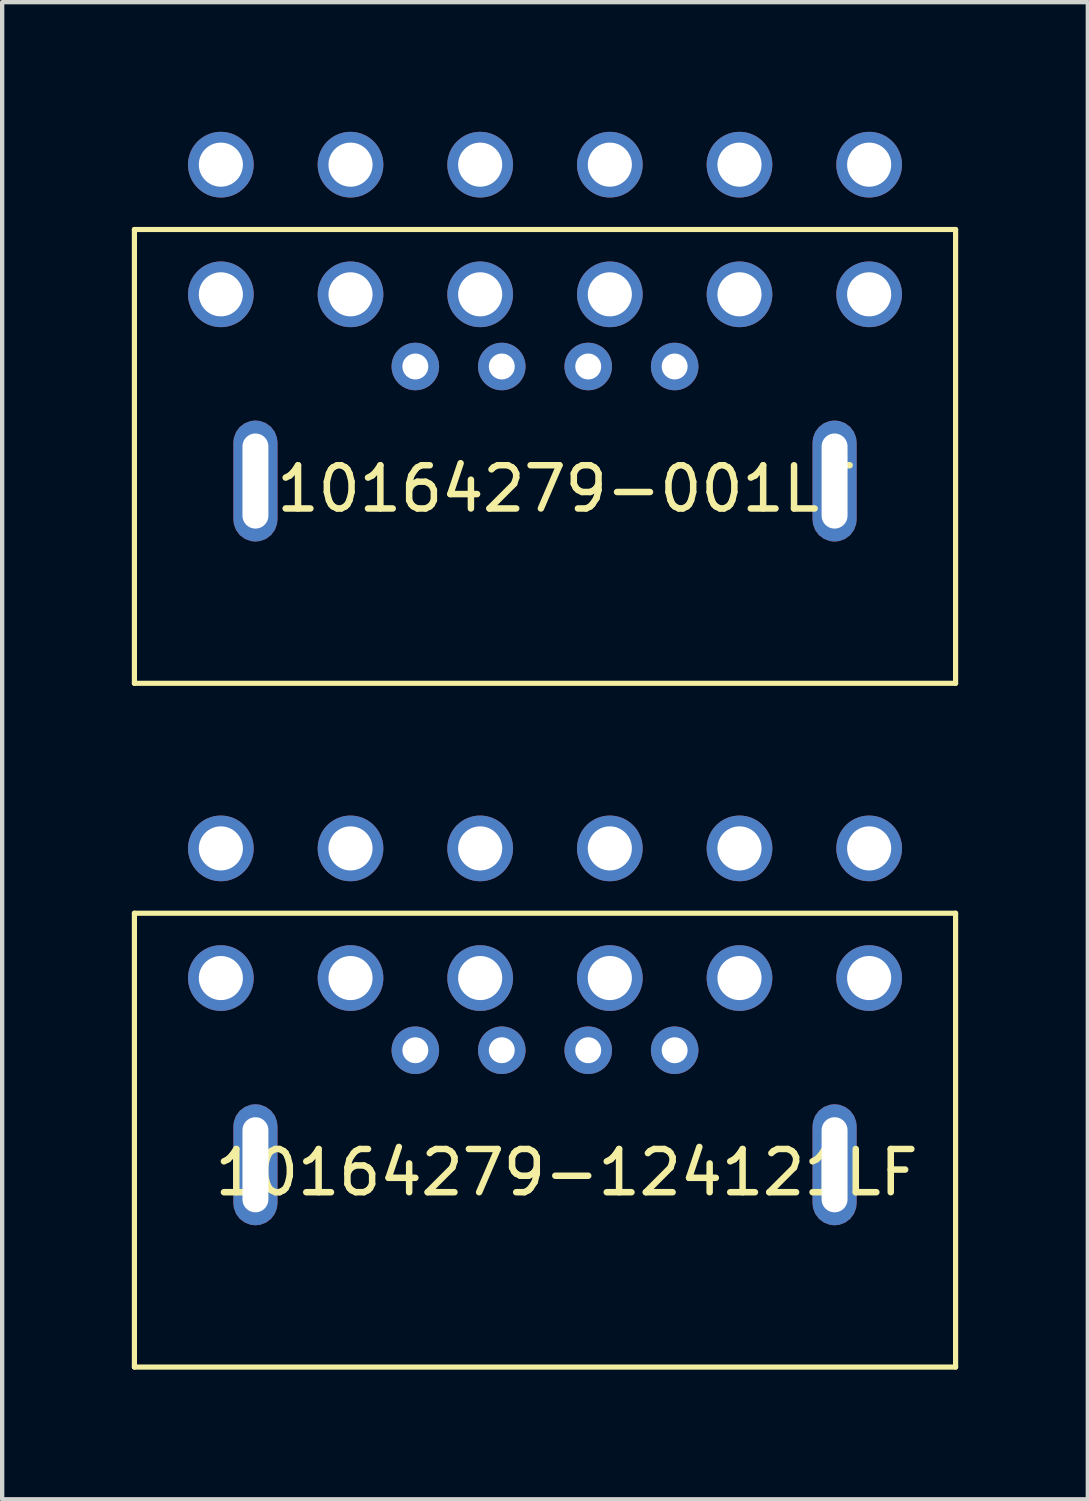
<source format=kicad_pcb>
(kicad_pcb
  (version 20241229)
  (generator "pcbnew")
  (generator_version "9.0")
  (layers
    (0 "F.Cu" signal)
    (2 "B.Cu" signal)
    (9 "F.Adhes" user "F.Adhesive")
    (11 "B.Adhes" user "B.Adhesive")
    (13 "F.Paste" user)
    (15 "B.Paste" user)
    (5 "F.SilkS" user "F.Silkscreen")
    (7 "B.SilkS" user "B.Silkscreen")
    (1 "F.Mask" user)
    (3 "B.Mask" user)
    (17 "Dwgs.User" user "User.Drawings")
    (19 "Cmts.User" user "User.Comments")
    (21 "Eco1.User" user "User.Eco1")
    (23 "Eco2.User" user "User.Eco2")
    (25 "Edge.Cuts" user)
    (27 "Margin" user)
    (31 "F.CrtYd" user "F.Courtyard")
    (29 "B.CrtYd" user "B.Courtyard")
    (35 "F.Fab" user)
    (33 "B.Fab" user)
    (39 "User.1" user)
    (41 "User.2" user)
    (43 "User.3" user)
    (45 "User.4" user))
  (footprint "10164279-001LF"
    (layer "F.Cu")
    (at 17.06 3.76)
    (property "Reference" "10164279-001LF" (at -7 4.5 0) (layer "F.SilkS") (effects (font (size 1 1) (thickness 0.15))))
    (attr through_hole)
    (fp_line (start -17 -1.5) (end 2 -1.5) (stroke (width 0.12) (type solid)) (layer "F.SilkS"))
    (fp_line (start -17 9) (end -17 -1.5) (stroke (width 0.12) (type solid)) (layer "F.SilkS"))
    (fp_line (start 2 -1.5) (end 2 9) (stroke (width 0.12) (type solid)) (layer "F.SilkS"))
    (fp_line (start 2 9) (end -17 9) (stroke (width 0.12) (type solid)) (layer "F.SilkS"))
    (pad "1" thru_hole circle (at 0 0) (size 1.52 1.52) (drill 1.02) (layers "*.Cu" "*.Mask"))
    (pad "2" thru_hole circle (at -3 0) (size 1.52 1.52) (drill 1.02) (layers "*.Cu" "*.Mask"))
    (pad "3" thru_hole circle (at -6 0) (size 1.52 1.52) (drill 1.02) (layers "*.Cu" "*.Mask"))
    (pad "4" thru_hole circle (at -9 0) (size 1.52 1.52) (drill 1.02) (layers "*.Cu" "*.Mask"))
    (pad "5" thru_hole circle (at -12 0) (size 1.52 1.52) (drill 1.02) (layers "*.Cu" "*.Mask"))
    (pad "6" thru_hole circle (at -15 0) (size 1.52 1.52) (drill 1.02) (layers "*.Cu" "*.Mask"))
    (pad "7" thru_hole circle (at 0 -3) (size 1.52 1.52) (drill 1.02) (layers "*.Cu" "*.Mask"))
    (pad "8" thru_hole circle (at -3 -3) (size 1.52 1.52) (drill 1.02) (layers "*.Cu" "*.Mask"))
    (pad "9" thru_hole circle (at -6 -3) (size 1.52 1.52) (drill 1.02) (layers "*.Cu" "*.Mask"))
    (pad "10" thru_hole circle (at -9 -3) (size 1.52 1.52) (drill 1.02) (layers "*.Cu" "*.Mask"))
    (pad "11" thru_hole circle (at -12 -3) (size 1.52 1.52) (drill 1.02) (layers "*.Cu" "*.Mask"))
    (pad "12" thru_hole circle (at -15 -3) (size 1.52 1.52) (drill 1.02) (layers "*.Cu" "*.Mask"))
    (pad "M1" thru_hole roundrect (at -0.8 4.32) (size 1.02 2.8) (drill oval 0.6 2.2) (property pad_prop_mechanical) (layers "*.Cu" "*.Mask") (roundrect_rratio 0.5))
    (pad "M2" thru_hole roundrect (at -14.2 4.32) (size 1.02 2.8) (drill oval 0.6 2.2) (property pad_prop_mechanical) (layers "*.Cu" "*.Mask") (roundrect_rratio 0.5))
    (pad "S1" thru_hole circle (at -4.5 1.67) (size 1.1 1.1) (drill 0.6) (layers "*.Cu" "*.Mask"))
    (pad "S2" thru_hole circle (at -6.5 1.67) (size 1.1 1.1) (drill 0.6) (layers "*.Cu" "*.Mask"))
    (pad "S3" thru_hole circle (at -8.5 1.67) (size 1.1 1.1) (drill 0.6) (layers "*.Cu" "*.Mask"))
    (pad "S4" thru_hole circle (at -10.5 1.67) (size 1.1 1.1) (drill 0.6) (layers "*.Cu" "*.Mask")))
  (footprint "10164279-124121LF"
    (layer "F.Cu")
    (at 17.06 19.58)
    (property "Reference" "10164279-124121LF" (at -7 4.5 0) (layer "F.SilkS") (effects (font (size 1 1) (thickness 0.15))))
    (attr through_hole)
    (fp_line (start -17 -1.5) (end 2 -1.5) (stroke (width 0.12) (type solid)) (layer "F.SilkS"))
    (fp_line (start -17 9) (end -17 -1.5) (stroke (width 0.12) (type solid)) (layer "F.SilkS"))
    (fp_line (start 2 -1.5) (end 2 9) (stroke (width 0.12) (type solid)) (layer "F.SilkS"))
    (fp_line (start 2 9) (end -17 9) (stroke (width 0.12) (type solid)) (layer "F.SilkS"))
    (pad "1" thru_hole circle (at 0 0) (size 1.52 1.52) (drill 1.02) (layers "*.Cu" "*.Mask"))
    (pad "2" thru_hole circle (at -3 0) (size 1.52 1.52) (drill 1.02) (layers "*.Cu" "*.Mask"))
    (pad "3" thru_hole circle (at -6 0) (size 1.52 1.52) (drill 1.02) (layers "*.Cu" "*.Mask"))
    (pad "4" thru_hole circle (at -9 0) (size 1.52 1.52) (drill 1.02) (layers "*.Cu" "*.Mask"))
    (pad "5" thru_hole circle (at -12 0) (size 1.52 1.52) (drill 1.02) (layers "*.Cu" "*.Mask"))
    (pad "6" thru_hole circle (at -15 0) (size 1.52 1.52) (drill 1.02) (layers "*.Cu" "*.Mask"))
    (pad "7" thru_hole circle (at 0 -3) (size 1.52 1.52) (drill 1.02) (layers "*.Cu" "*.Mask"))
    (pad "8" thru_hole circle (at -3 -3) (size 1.52 1.52) (drill 1.02) (layers "*.Cu" "*.Mask"))
    (pad "9" thru_hole circle (at -6 -3) (size 1.52 1.52) (drill 1.02) (layers "*.Cu" "*.Mask"))
    (pad "10" thru_hole circle (at -9 -3) (size 1.52 1.52) (drill 1.02) (layers "*.Cu" "*.Mask"))
    (pad "11" thru_hole circle (at -12 -3) (size 1.52 1.52) (drill 1.02) (layers "*.Cu" "*.Mask"))
    (pad "12" thru_hole circle (at -15 -3) (size 1.52 1.52) (drill 1.02) (layers "*.Cu" "*.Mask"))
    (pad "M1" thru_hole roundrect (at -0.8 4.32) (size 1.02 2.8) (drill oval 0.6 2.2) (property pad_prop_mechanical) (layers "*.Cu" "*.Mask") (roundrect_rratio 0.5))
    (pad "M2" thru_hole roundrect (at -14.2 4.32) (size 1.02 2.8) (drill oval 0.6 2.2) (property pad_prop_mechanical) (layers "*.Cu" "*.Mask") (roundrect_rratio 0.5))
    (pad "S1" thru_hole circle (at -4.5 1.67) (size 1.1 1.1) (drill 0.6) (layers "*.Cu" "*.Mask"))
    (pad "S2" thru_hole circle (at -6.5 1.67) (size 1.1 1.1) (drill 0.6) (layers "*.Cu" "*.Mask"))
    (pad "S3" thru_hole circle (at -8.5 1.67) (size 1.1 1.1) (drill 0.6) (layers "*.Cu" "*.Mask"))
    (pad "S4" thru_hole circle (at -10.5 1.67) (size 1.1 1.1) (drill 0.6) (layers "*.Cu" "*.Mask")))
  (gr_rect
    (start -3 -3)
    (end 22.12 31.64)
    (stroke (width 0.1) (type default))
    (fill no)
    (layer "Edge.Cuts")))
</source>
